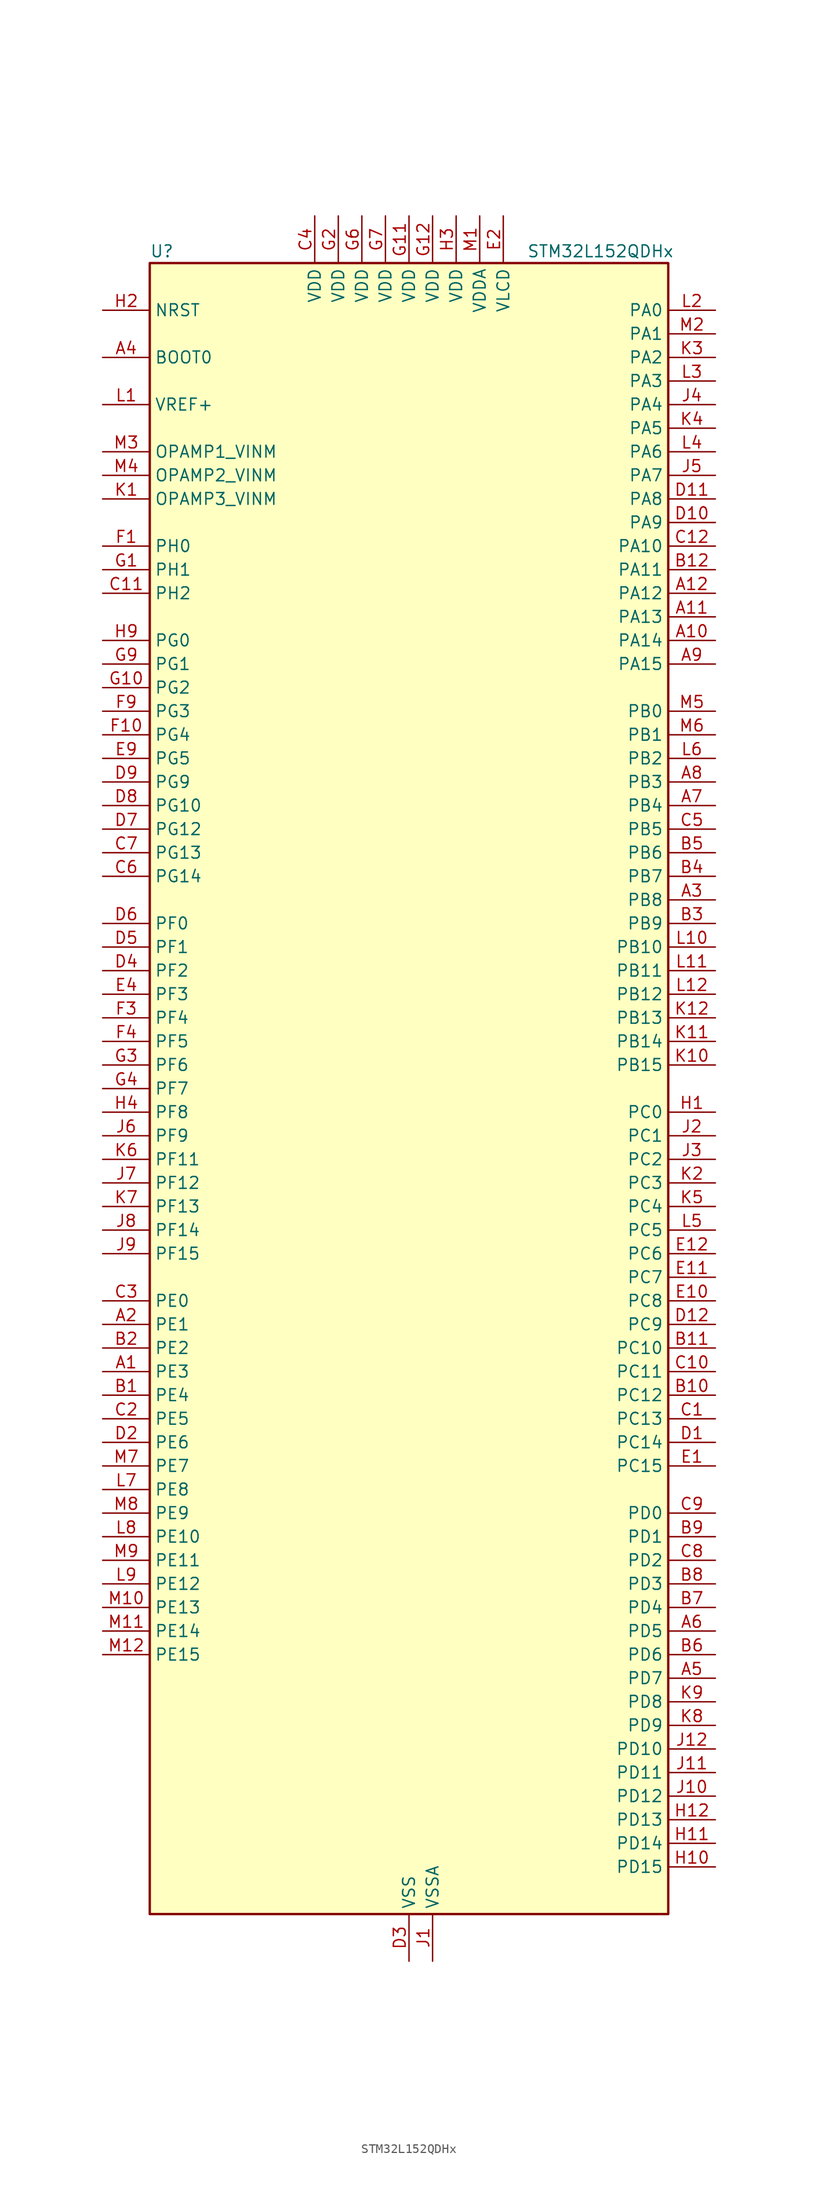
<source format=kicad_sym>
(kicad_symbol_lib
  (version 20241209)
  (generator "kicad_symbol_editor")
  (generator_version "9.0")
  (symbol "STM32L152QDHx"
    (property "Reference" "U"
      (at -27.94 90.17 0)
      (effects (font (size 1.27 1.27)) (justify left)))
    (property "Value" "STM32L152QDHx"
      (at 12.7 90.17 0)
      (effects (font (size 1.27 1.27)) (justify left)))
    (symbol "STM32L152QDHx_0_1"
      (rectangle (start -27.94 -88.9) (end 27.94 88.9) (stroke (width 0.254) (type default)) (fill (type background))))
    (symbol "STM32L152QDHx_1_1"
      (pin input line (at -33.02 83.82 0) (length 5.08) (name "NRST" (effects (font (size 1.27 1.27)))) (number "H2" (effects (font (size 1.27 1.27)))))
      (pin input line (at -33.02 78.74 0) (length 5.08) (name "BOOT0" (effects (font (size 1.27 1.27)))) (number "A4" (effects (font (size 1.27 1.27)))))
      (pin input line (at -33.02 73.66 0) (length 5.08) (name "VREF+" (effects (font (size 1.27 1.27)))) (number "L1" (effects (font (size 1.27 1.27)))))
      (pin input line (at -33.02 68.58 0) (length 5.08) (name "OPAMP1_VINM" (effects (font (size 1.27 1.27)))) (number "M3" (effects (font (size 1.27 1.27)))) (alternate "OPAMP1_VINM" bidirectional line))
      (pin input line (at -33.02 66.04 0) (length 5.08) (name "OPAMP2_VINM" (effects (font (size 1.27 1.27)))) (number "M4" (effects (font (size 1.27 1.27)))) (alternate "OPAMP2_VINM" bidirectional line))
      (pin input line (at -33.02 63.5 0) (length 5.08) (name "OPAMP3_VINM" (effects (font (size 1.27 1.27)))) (number "K1" (effects (font (size 1.27 1.27)))) (alternate "OPAMP3_VINM" bidirectional line))
      (pin bidirectional line (at -33.02 58.42 0) (length 5.08) (name "PH0" (effects (font (size 1.27 1.27)))) (number "F1" (effects (font (size 1.27 1.27)))) (alternate "RCC_OSC_IN" bidirectional line))
      (pin bidirectional line (at -33.02 55.88 0) (length 5.08) (name "PH1" (effects (font (size 1.27 1.27)))) (number "G1" (effects (font (size 1.27 1.27)))) (alternate "RCC_OSC_OUT" bidirectional line))
      (pin bidirectional line (at -33.02 53.34 0) (length 5.08) (name "PH2" (effects (font (size 1.27 1.27)))) (number "C11" (effects (font (size 1.27 1.27)))) (alternate "FSMC_A22" bidirectional line))
      (pin bidirectional line (at -33.02 48.26 0) (length 5.08) (name "PG0" (effects (font (size 1.27 1.27)))) (number "H9" (effects (font (size 1.27 1.27)))) (alternate "ADC_IN8b" bidirectional line) (alternate "FSMC_A10" bidirectional line) (alternate "TS_G2_IO4" bidirectional line))
      (pin bidirectional line (at -33.02 45.72 0) (length 5.08) (name "PG1" (effects (font (size 1.27 1.27)))) (number "G9" (effects (font (size 1.27 1.27)))) (alternate "ADC_IN9b" bidirectional line) (alternate "FSMC_A11" bidirectional line) (alternate "TS_G2_IO5" bidirectional line))
      (pin bidirectional line (at -33.02 43.18 0) (length 5.08) (name "PG2" (effects (font (size 1.27 1.27)))) (number "G10" (effects (font (size 1.27 1.27)))) (alternate "ADC_IN10b" bidirectional line) (alternate "FSMC_A12" bidirectional line) (alternate "TS_G7_IO5" bidirectional line))
      (pin bidirectional line (at -33.02 40.64 0) (length 5.08) (name "PG3" (effects (font (size 1.27 1.27)))) (number "F9" (effects (font (size 1.27 1.27)))) (alternate "ADC_IN11b" bidirectional line) (alternate "FSMC_A13" bidirectional line) (alternate "TS_G7_IO6" bidirectional line))
      (pin bidirectional line (at -33.02 38.1 0) (length 5.08) (name "PG4" (effects (font (size 1.27 1.27)))) (number "F10" (effects (font (size 1.27 1.27)))) (alternate "ADC_IN12b" bidirectional line) (alternate "FSMC_A14" bidirectional line) (alternate "TS_G7_IO7" bidirectional line))
      (pin bidirectional line (at -33.02 35.56 0) (length 5.08) (name "PG5" (effects (font (size 1.27 1.27)))) (number "E9" (effects (font (size 1.27 1.27)))) (alternate "FSMC_A15" bidirectional line))
      (pin bidirectional line (at -33.02 33.02 0) (length 5.08) (name "PG9" (effects (font (size 1.27 1.27)))) (number "D9" (effects (font (size 1.27 1.27)))) (alternate "DAC_EXTI9" bidirectional line) (alternate "FSMC_NE2" bidirectional line))
      (pin bidirectional line (at -33.02 30.48 0) (length 5.08) (name "PG10" (effects (font (size 1.27 1.27)))) (number "D8" (effects (font (size 1.27 1.27)))) (alternate "FSMC_NE3" bidirectional line))
      (pin bidirectional line (at -33.02 27.94 0) (length 5.08) (name "PG12" (effects (font (size 1.27 1.27)))) (number "D7" (effects (font (size 1.27 1.27)))) (alternate "FSMC_NE4" bidirectional line))
      (pin bidirectional line (at -33.02 25.4 0) (length 5.08) (name "PG13" (effects (font (size 1.27 1.27)))) (number "C7" (effects (font (size 1.27 1.27)))) (alternate "FSMC_A24" bidirectional line))
      (pin bidirectional line (at -33.02 22.86 0) (length 5.08) (name "PG14" (effects (font (size 1.27 1.27)))) (number "C6" (effects (font (size 1.27 1.27)))) (alternate "FSMC_A25" bidirectional line))
      (pin bidirectional line (at -33.02 17.78 0) (length 5.08) (name "PF0" (effects (font (size 1.27 1.27)))) (number "D6" (effects (font (size 1.27 1.27)))) (alternate "FSMC_A0" bidirectional line))
      (pin bidirectional line (at -33.02 15.24 0) (length 5.08) (name "PF1" (effects (font (size 1.27 1.27)))) (number "D5" (effects (font (size 1.27 1.27)))) (alternate "FSMC_A1" bidirectional line))
      (pin bidirectional line (at -33.02 12.7 0) (length 5.08) (name "PF2" (effects (font (size 1.27 1.27)))) (number "D4" (effects (font (size 1.27 1.27)))) (alternate "FSMC_A2" bidirectional line))
      (pin bidirectional line (at -33.02 10.16 0) (length 5.08) (name "PF3" (effects (font (size 1.27 1.27)))) (number "E4" (effects (font (size 1.27 1.27)))) (alternate "FSMC_A3" bidirectional line))
      (pin bidirectional line (at -33.02 7.62 0) (length 5.08) (name "PF4" (effects (font (size 1.27 1.27)))) (number "F3" (effects (font (size 1.27 1.27)))) (alternate "FSMC_A4" bidirectional line))
      (pin bidirectional line (at -33.02 5.08 0) (length 5.08) (name "PF5" (effects (font (size 1.27 1.27)))) (number "F4" (effects (font (size 1.27 1.27)))) (alternate "FSMC_A5" bidirectional line))
      (pin bidirectional line (at -33.02 2.54 0) (length 5.08) (name "PF6" (effects (font (size 1.27 1.27)))) (number "G3" (effects (font (size 1.27 1.27)))) (alternate "ADC_IN27" bidirectional line) (alternate "TIM5_CH1" bidirectional line) (alternate "TIM5_ETR" bidirectional line) (alternate "TS_G11_IO1" bidirectional line))
      (pin bidirectional line (at -33.02 0 0) (length 5.08) (name "PF7" (effects (font (size 1.27 1.27)))) (number "G4" (effects (font (size 1.27 1.27)))) (alternate "ADC_IN28" bidirectional line) (alternate "COMP1_INP" bidirectional line) (alternate "TIM5_CH2" bidirectional line) (alternate "TS_G11_IO2" bidirectional line))
      (pin bidirectional line (at -33.02 -2.54 0) (length 5.08) (name "PF8" (effects (font (size 1.27 1.27)))) (number "H4" (effects (font (size 1.27 1.27)))) (alternate "ADC_IN29" bidirectional line) (alternate "COMP1_INP" bidirectional line) (alternate "TIM5_CH3" bidirectional line) (alternate "TS_G11_IO3" bidirectional line))
      (pin bidirectional line (at -33.02 -5.08 0) (length 5.08) (name "PF9" (effects (font (size 1.27 1.27)))) (number "J6" (effects (font (size 1.27 1.27)))) (alternate "ADC_IN30" bidirectional line) (alternate "COMP1_INP" bidirectional line) (alternate "DAC_EXTI9" bidirectional line) (alternate "TIM5_CH4" bidirectional line) (alternate "TS_G11_IO4" bidirectional line))
      (pin bidirectional line (at -33.02 -7.62 0) (length 5.08) (name "PF11" (effects (font (size 1.27 1.27)))) (number "K6" (effects (font (size 1.27 1.27)))) (alternate "ADC_EXTI11" bidirectional line) (alternate "ADC_IN1b" bidirectional line) (alternate "TS_G3_IO4" bidirectional line))
      (pin bidirectional line (at -33.02 -10.16 0) (length 5.08) (name "PF12" (effects (font (size 1.27 1.27)))) (number "J7" (effects (font (size 1.27 1.27)))) (alternate "ADC_IN2b" bidirectional line) (alternate "FSMC_A6" bidirectional line) (alternate "TS_G3_IO5" bidirectional line))
      (pin bidirectional line (at -33.02 -12.7 0) (length 5.08) (name "PF13" (effects (font (size 1.27 1.27)))) (number "K7" (effects (font (size 1.27 1.27)))) (alternate "ADC_IN3b" bidirectional line) (alternate "FSMC_A7" bidirectional line) (alternate "TS_G9_IO3" bidirectional line))
      (pin bidirectional line (at -33.02 -15.24 0) (length 5.08) (name "PF14" (effects (font (size 1.27 1.27)))) (number "J8" (effects (font (size 1.27 1.27)))) (alternate "ADC_IN6b" bidirectional line) (alternate "FSMC_A8" bidirectional line) (alternate "TS_G9_IO4" bidirectional line))
      (pin bidirectional line (at -33.02 -17.78 0) (length 5.08) (name "PF15" (effects (font (size 1.27 1.27)))) (number "J9" (effects (font (size 1.27 1.27)))) (alternate "ADC_EXTI15" bidirectional line) (alternate "ADC_IN7b" bidirectional line) (alternate "FSMC_A9" bidirectional line) (alternate "TS_G2_IO3" bidirectional line))
      (pin bidirectional line (at -33.02 -22.86 0) (length 5.08) (name "PE0" (effects (font (size 1.27 1.27)))) (number "C3" (effects (font (size 1.27 1.27)))) (alternate "FSMC_NBL0" bidirectional line) (alternate "LCD_SEG36" bidirectional line) (alternate "TIM10_CH1" bidirectional line) (alternate "TIM4_ETR" bidirectional line) (alternate "TIMX_IC1" bidirectional line))
      (pin bidirectional line (at -33.02 -25.4 0) (length 5.08) (name "PE1" (effects (font (size 1.27 1.27)))) (number "A2" (effects (font (size 1.27 1.27)))) (alternate "FSMC_NBL1" bidirectional line) (alternate "LCD_SEG37" bidirectional line) (alternate "TIM11_CH1" bidirectional line) (alternate "TIMX_IC2" bidirectional line))
      (pin bidirectional line (at -33.02 -27.94 0) (length 5.08) (name "PE2" (effects (font (size 1.27 1.27)))) (number "B2" (effects (font (size 1.27 1.27)))) (alternate "FSMC_A23" bidirectional line) (alternate "LCD_SEG38" bidirectional line) (alternate "SYS_TRACECK" bidirectional line) (alternate "TIM3_ETR" bidirectional line) (alternate "TIMX_IC3" bidirectional line))
      (pin bidirectional line (at -33.02 -30.48 0) (length 5.08) (name "PE3" (effects (font (size 1.27 1.27)))) (number "A1" (effects (font (size 1.27 1.27)))) (alternate "FSMC_A19" bidirectional line) (alternate "LCD_SEG39" bidirectional line) (alternate "SYS_TRACED0" bidirectional line) (alternate "TIM3_CH1" bidirectional line) (alternate "TIMX_IC4" bidirectional line))
      (pin bidirectional line (at -33.02 -33.02 0) (length 5.08) (name "PE4" (effects (font (size 1.27 1.27)))) (number "B1" (effects (font (size 1.27 1.27)))) (alternate "FSMC_A20" bidirectional line) (alternate "SYS_TRACED1" bidirectional line) (alternate "TIM3_CH2" bidirectional line) (alternate "TIMX_IC1" bidirectional line))
      (pin bidirectional line (at -33.02 -35.56 0) (length 5.08) (name "PE5" (effects (font (size 1.27 1.27)))) (number "C2" (effects (font (size 1.27 1.27)))) (alternate "FSMC_A21" bidirectional line) (alternate "SYS_TRACED2" bidirectional line) (alternate "TIM9_CH1" bidirectional line) (alternate "TIMX_IC2" bidirectional line))
      (pin bidirectional line (at -33.02 -38.1 0) (length 5.08) (name "PE6" (effects (font (size 1.27 1.27)))) (number "D2" (effects (font (size 1.27 1.27)))) (alternate "RTC_TAMP3" bidirectional line) (alternate "SYS_TRACED3" bidirectional line) (alternate "SYS_WKUP3" bidirectional line) (alternate "TIM9_CH2" bidirectional line) (alternate "TIMX_IC3" bidirectional line))
      (pin bidirectional line (at -33.02 -40.64 0) (length 5.08) (name "PE7" (effects (font (size 1.27 1.27)))) (number "M7" (effects (font (size 1.27 1.27)))) (alternate "ADC_IN22" bidirectional line) (alternate "COMP1_INP" bidirectional line) (alternate "FSMC_D4" bidirectional line) (alternate "FSMC_DA4" bidirectional line) (alternate "TIMX_IC4" bidirectional line))
      (pin bidirectional line (at -33.02 -43.18 0) (length 5.08) (name "PE8" (effects (font (size 1.27 1.27)))) (number "L7" (effects (font (size 1.27 1.27)))) (alternate "ADC_IN23" bidirectional line) (alternate "COMP1_INP" bidirectional line) (alternate "FSMC_D5" bidirectional line) (alternate "FSMC_DA5" bidirectional line) (alternate "TIMX_IC1" bidirectional line))
      (pin bidirectional line (at -33.02 -45.72 0) (length 5.08) (name "PE9" (effects (font (size 1.27 1.27)))) (number "M8" (effects (font (size 1.27 1.27)))) (alternate "ADC_IN24" bidirectional line) (alternate "COMP1_INP" bidirectional line) (alternate "DAC_EXTI9" bidirectional line) (alternate "FSMC_D6" bidirectional line) (alternate "FSMC_DA6" bidirectional line) (alternate "TIM2_CH1" bidirectional line) (alternate "TIM2_ETR" bidirectional line) (alternate "TIMX_IC2" bidirectional line))
      (pin bidirectional line (at -33.02 -48.26 0) (length 5.08) (name "PE10" (effects (font (size 1.27 1.27)))) (number "L8" (effects (font (size 1.27 1.27)))) (alternate "ADC_IN25" bidirectional line) (alternate "COMP1_INP" bidirectional line) (alternate "FSMC_D7" bidirectional line) (alternate "FSMC_DA7" bidirectional line) (alternate "TIM2_CH2" bidirectional line) (alternate "TIMX_IC3" bidirectional line))
      (pin bidirectional line (at -33.02 -50.8 0) (length 5.08) (name "PE11" (effects (font (size 1.27 1.27)))) (number "M9" (effects (font (size 1.27 1.27)))) (alternate "ADC_EXTI11" bidirectional line) (alternate "FSMC_D8" bidirectional line) (alternate "FSMC_DA8" bidirectional line) (alternate "TIM2_CH3" bidirectional line) (alternate "TIMX_IC4" bidirectional line))
      (pin bidirectional line (at -33.02 -53.34 0) (length 5.08) (name "PE12" (effects (font (size 1.27 1.27)))) (number "L9" (effects (font (size 1.27 1.27)))) (alternate "FSMC_D9" bidirectional line) (alternate "FSMC_DA9" bidirectional line) (alternate "SPI1_NSS" bidirectional line) (alternate "TIM2_CH4" bidirectional line) (alternate "TIMX_IC1" bidirectional line))
      (pin bidirectional line (at -33.02 -55.88 0) (length 5.08) (name "PE13" (effects (font (size 1.27 1.27)))) (number "M10" (effects (font (size 1.27 1.27)))) (alternate "FSMC_D10" bidirectional line) (alternate "FSMC_DA10" bidirectional line) (alternate "SPI1_SCK" bidirectional line) (alternate "TIMX_IC2" bidirectional line))
      (pin bidirectional line (at -33.02 -58.42 0) (length 5.08) (name "PE14" (effects (font (size 1.27 1.27)))) (number "M11" (effects (font (size 1.27 1.27)))) (alternate "FSMC_D11" bidirectional line) (alternate "FSMC_DA11" bidirectional line) (alternate "SPI1_MISO" bidirectional line) (alternate "TIMX_IC3" bidirectional line))
      (pin bidirectional line (at -33.02 -60.96 0) (length 5.08) (name "PE15" (effects (font (size 1.27 1.27)))) (number "M12" (effects (font (size 1.27 1.27)))) (alternate "ADC_EXTI15" bidirectional line) (alternate "FSMC_D12" bidirectional line) (alternate "FSMC_DA12" bidirectional line) (alternate "SPI1_MOSI" bidirectional line) (alternate "TIMX_IC4" bidirectional line))
      (pin power_in line (at -10.16 93.98 270) (length 5.08) (name "VDD" (effects (font (size 1.27 1.27)))) (number "C4" (effects (font (size 1.27 1.27)))))
      (pin power_in line (at -7.62 93.98 270) (length 5.08) (name "VDD" (effects (font (size 1.27 1.27)))) (number "G2" (effects (font (size 1.27 1.27)))))
      (pin power_in line (at -5.08 93.98 270) (length 5.08) (name "VDD" (effects (font (size 1.27 1.27)))) (number "G6" (effects (font (size 1.27 1.27)))))
      (pin power_in line (at -2.54 93.98 270) (length 5.08) (name "VDD" (effects (font (size 1.27 1.27)))) (number "G7" (effects (font (size 1.27 1.27)))))
      (pin power_in line (at 0 93.98 270) (length 5.08) (name "VDD" (effects (font (size 1.27 1.27)))) (number "G11" (effects (font (size 1.27 1.27)))))
      (pin power_in line (at 0 -93.98 90) (length 5.08) (name "VSS" (effects (font (size 1.27 1.27)))) (number "D3" (effects (font (size 1.27 1.27)))))
      (pin passive line (at 0 -93.98 90) (length 5.08) (hide yes) (name "VSS" (effects (font (size 1.27 1.27)))) (number "E3" (effects (font (size 1.27 1.27)))))
      (pin passive line (at 0 -93.98 90) (length 5.08) (hide yes) (name "VSS" (effects (font (size 1.27 1.27)))) (number "F11" (effects (font (size 1.27 1.27)))))
      (pin passive line (at 0 -93.98 90) (length 5.08) (hide yes) (name "VSS" (effects (font (size 1.27 1.27)))) (number "F12" (effects (font (size 1.27 1.27)))))
      (pin passive line (at 0 -93.98 90) (length 5.08) (hide yes) (name "VSS" (effects (font (size 1.27 1.27)))) (number "F2" (effects (font (size 1.27 1.27)))))
      (pin passive line (at 0 -93.98 90) (length 5.08) (hide yes) (name "VSS" (effects (font (size 1.27 1.27)))) (number "F6" (effects (font (size 1.27 1.27)))))
      (pin passive line (at 0 -93.98 90) (length 5.08) (hide yes) (name "VSS" (effects (font (size 1.27 1.27)))) (number "F7" (effects (font (size 1.27 1.27)))))
      (pin power_in line (at 2.54 93.98 270) (length 5.08) (name "VDD" (effects (font (size 1.27 1.27)))) (number "G12" (effects (font (size 1.27 1.27)))))
      (pin power_in line (at 2.54 -93.98 90) (length 5.08) (name "VSSA" (effects (font (size 1.27 1.27)))) (number "J1" (effects (font (size 1.27 1.27)))))
      (pin power_in line (at 5.08 93.98 270) (length 5.08) (name "VDD" (effects (font (size 1.27 1.27)))) (number "H3" (effects (font (size 1.27 1.27)))))
      (pin power_in line (at 7.62 93.98 270) (length 5.08) (name "VDDA" (effects (font (size 1.27 1.27)))) (number "M1" (effects (font (size 1.27 1.27)))))
      (pin power_in line (at 10.16 93.98 270) (length 5.08) (name "VLCD" (effects (font (size 1.27 1.27)))) (number "E2" (effects (font (size 1.27 1.27)))))
      (pin bidirectional line (at 33.02 83.82 180) (length 5.08) (name "PA0" (effects (font (size 1.27 1.27)))) (number "L2" (effects (font (size 1.27 1.27)))) (alternate "ADC_IN0" bidirectional line) (alternate "COMP1_INP" bidirectional line) (alternate "RTC_TAMP2" bidirectional line) (alternate "SYS_WKUP1" bidirectional line) (alternate "TIM2_CH1" bidirectional line) (alternate "TIM2_ETR" bidirectional line) (alternate "TIM5_CH1" bidirectional line) (alternate "TIMX_IC1" bidirectional line) (alternate "TS_G1_IO1" bidirectional line) (alternate "USART2_CTS" bidirectional line))
      (pin bidirectional line (at 33.02 81.28 180) (length 5.08) (name "PA1" (effects (font (size 1.27 1.27)))) (number "M2" (effects (font (size 1.27 1.27)))) (alternate "ADC_IN1" bidirectional line) (alternate "COMP1_INP" bidirectional line) (alternate "LCD_SEG0" bidirectional line) (alternate "OPAMP1_VINP" bidirectional line) (alternate "TIM2_CH2" bidirectional line) (alternate "TIM5_CH2" bidirectional line) (alternate "TIMX_IC2" bidirectional line) (alternate "TS_G1_IO2" bidirectional line) (alternate "USART2_RTS" bidirectional line))
      (pin bidirectional line (at 33.02 78.74 180) (length 5.08) (name "PA2" (effects (font (size 1.27 1.27)))) (number "K3" (effects (font (size 1.27 1.27)))) (alternate "ADC_IN2" bidirectional line) (alternate "COMP1_INP" bidirectional line) (alternate "LCD_SEG1" bidirectional line) (alternate "TIM2_CH3" bidirectional line) (alternate "TIM5_CH3" bidirectional line) (alternate "TIM9_CH1" bidirectional line) (alternate "TIMX_IC3" bidirectional line) (alternate "TS_G1_IO3" bidirectional line) (alternate "USART2_TX" bidirectional line))
      (pin bidirectional line (at 33.02 76.2 180) (length 5.08) (name "PA3" (effects (font (size 1.27 1.27)))) (number "L3" (effects (font (size 1.27 1.27)))) (alternate "ADC_IN3" bidirectional line) (alternate "COMP1_INP" bidirectional line) (alternate "LCD_SEG2" bidirectional line) (alternate "OPAMP1_VOUT" bidirectional line) (alternate "TIM2_CH4" bidirectional line) (alternate "TIM5_CH4" bidirectional line) (alternate "TIM9_CH2" bidirectional line) (alternate "TIMX_IC4" bidirectional line) (alternate "TS_G1_IO4" bidirectional line) (alternate "USART2_RX" bidirectional line))
      (pin bidirectional line (at 33.02 73.66 180) (length 5.08) (name "PA4" (effects (font (size 1.27 1.27)))) (number "J4" (effects (font (size 1.27 1.27)))) (alternate "ADC_IN4" bidirectional line) (alternate "COMP1_INP" bidirectional line) (alternate "DAC_OUT1" bidirectional line) (alternate "I2S3_WS" bidirectional line) (alternate "SPI1_NSS" bidirectional line) (alternate "SPI3_NSS" bidirectional line) (alternate "TIMX_IC1" bidirectional line) (alternate "USART2_CK" bidirectional line))
      (pin bidirectional line (at 33.02 71.12 180) (length 5.08) (name "PA5" (effects (font (size 1.27 1.27)))) (number "K4" (effects (font (size 1.27 1.27)))) (alternate "ADC_IN5" bidirectional line) (alternate "COMP1_INP" bidirectional line) (alternate "DAC_OUT2" bidirectional line) (alternate "SPI1_SCK" bidirectional line) (alternate "TIM2_CH1" bidirectional line) (alternate "TIM2_ETR" bidirectional line) (alternate "TIMX_IC2" bidirectional line))
      (pin bidirectional line (at 33.02 68.58 180) (length 5.08) (name "PA6" (effects (font (size 1.27 1.27)))) (number "L4" (effects (font (size 1.27 1.27)))) (alternate "ADC_IN6" bidirectional line) (alternate "COMP1_INP" bidirectional line) (alternate "LCD_SEG3" bidirectional line) (alternate "OPAMP2_VINP" bidirectional line) (alternate "SPI1_MISO" bidirectional line) (alternate "TIM10_CH1" bidirectional line) (alternate "TIM3_CH1" bidirectional line) (alternate "TIMX_IC3" bidirectional line) (alternate "TS_G2_IO1" bidirectional line))
      (pin bidirectional line (at 33.02 66.04 180) (length 5.08) (name "PA7" (effects (font (size 1.27 1.27)))) (number "J5" (effects (font (size 1.27 1.27)))) (alternate "ADC_IN7" bidirectional line) (alternate "COMP1_INP" bidirectional line) (alternate "LCD_SEG4" bidirectional line) (alternate "SPI1_MOSI" bidirectional line) (alternate "TIM11_CH1" bidirectional line) (alternate "TIM3_CH2" bidirectional line) (alternate "TIMX_IC4" bidirectional line) (alternate "TS_G2_IO2" bidirectional line))
      (pin bidirectional line (at 33.02 63.5 180) (length 5.08) (name "PA8" (effects (font (size 1.27 1.27)))) (number "D11" (effects (font (size 1.27 1.27)))) (alternate "LCD_COM0" bidirectional line) (alternate "RCC_MCO" bidirectional line) (alternate "TIMX_IC1" bidirectional line) (alternate "TS_G4_IO1" bidirectional line) (alternate "USART1_CK" bidirectional line))
      (pin bidirectional line (at 33.02 60.96 180) (length 5.08) (name "PA9" (effects (font (size 1.27 1.27)))) (number "D10" (effects (font (size 1.27 1.27)))) (alternate "DAC_EXTI9" bidirectional line) (alternate "LCD_COM1" bidirectional line) (alternate "TIMX_IC2" bidirectional line) (alternate "TS_G4_IO2" bidirectional line) (alternate "USART1_TX" bidirectional line))
      (pin bidirectional line (at 33.02 58.42 180) (length 5.08) (name "PA10" (effects (font (size 1.27 1.27)))) (number "C12" (effects (font (size 1.27 1.27)))) (alternate "LCD_COM2" bidirectional line) (alternate "TIMX_IC3" bidirectional line) (alternate "TS_G4_IO3" bidirectional line) (alternate "USART1_RX" bidirectional line))
      (pin bidirectional line (at 33.02 55.88 180) (length 5.08) (name "PA11" (effects (font (size 1.27 1.27)))) (number "B12" (effects (font (size 1.27 1.27)))) (alternate "ADC_EXTI11" bidirectional line) (alternate "SPI1_MISO" bidirectional line) (alternate "TIMX_IC4" bidirectional line) (alternate "USART1_CTS" bidirectional line) (alternate "USB_DM" bidirectional line))
      (pin bidirectional line (at 33.02 53.34 180) (length 5.08) (name "PA12" (effects (font (size 1.27 1.27)))) (number "A12" (effects (font (size 1.27 1.27)))) (alternate "SPI1_MOSI" bidirectional line) (alternate "TIMX_IC1" bidirectional line) (alternate "USART1_RTS" bidirectional line) (alternate "USB_DP" bidirectional line))
      (pin bidirectional line (at 33.02 50.8 180) (length 5.08) (name "PA13" (effects (font (size 1.27 1.27)))) (number "A11" (effects (font (size 1.27 1.27)))) (alternate "SYS_JTMS-SWDIO" bidirectional line) (alternate "TIMX_IC2" bidirectional line) (alternate "TS_G5_IO1" bidirectional line))
      (pin bidirectional line (at 33.02 48.26 180) (length 5.08) (name "PA14" (effects (font (size 1.27 1.27)))) (number "A10" (effects (font (size 1.27 1.27)))) (alternate "SYS_JTCK-SWCLK" bidirectional line) (alternate "TIMX_IC3" bidirectional line) (alternate "TS_G5_IO2" bidirectional line))
      (pin bidirectional line (at 33.02 45.72 180) (length 5.08) (name "PA15" (effects (font (size 1.27 1.27)))) (number "A9" (effects (font (size 1.27 1.27)))) (alternate "ADC_EXTI15" bidirectional line) (alternate "I2S3_WS" bidirectional line) (alternate "LCD_SEG17" bidirectional line) (alternate "SPI1_NSS" bidirectional line) (alternate "SPI3_NSS" bidirectional line) (alternate "SYS_JTDI" bidirectional line) (alternate "TIM2_CH1" bidirectional line) (alternate "TIM2_ETR" bidirectional line) (alternate "TIMX_IC4" bidirectional line) (alternate "TS_G5_IO3" bidirectional line))
      (pin bidirectional line (at 33.02 40.64 180) (length 5.08) (name "PB0" (effects (font (size 1.27 1.27)))) (number "M5" (effects (font (size 1.27 1.27)))) (alternate "ADC_IN8" bidirectional line) (alternate "COMP1_INP" bidirectional line) (alternate "LCD_SEG5" bidirectional line) (alternate "OPAMP2_VOUT" bidirectional line) (alternate "SYS_V_REF_OUT" bidirectional line) (alternate "TIM3_CH3" bidirectional line) (alternate "TS_G3_IO1" bidirectional line))
      (pin bidirectional line (at 33.02 38.1 180) (length 5.08) (name "PB1" (effects (font (size 1.27 1.27)))) (number "M6" (effects (font (size 1.27 1.27)))) (alternate "ADC_IN9" bidirectional line) (alternate "COMP1_INP" bidirectional line) (alternate "LCD_SEG6" bidirectional line) (alternate "SYS_V_REF_OUT" bidirectional line) (alternate "TIM3_CH4" bidirectional line) (alternate "TS_G3_IO2" bidirectional line))
      (pin bidirectional line (at 33.02 35.56 180) (length 5.08) (name "PB2" (effects (font (size 1.27 1.27)))) (number "L6" (effects (font (size 1.27 1.27)))) (alternate "ADC_IN0b" bidirectional line) (alternate "TS_G3_IO3" bidirectional line))
      (pin bidirectional line (at 33.02 33.02 180) (length 5.08) (name "PB3" (effects (font (size 1.27 1.27)))) (number "A8" (effects (font (size 1.27 1.27)))) (alternate "COMP2_INM" bidirectional line) (alternate "I2S3_CK" bidirectional line) (alternate "LCD_SEG7" bidirectional line) (alternate "SPI1_SCK" bidirectional line) (alternate "SPI3_SCK" bidirectional line) (alternate "SYS_JTDO-TRACESWO" bidirectional line) (alternate "TIM2_CH2" bidirectional line))
      (pin bidirectional line (at 33.02 30.48 180) (length 5.08) (name "PB4" (effects (font (size 1.27 1.27)))) (number "A7" (effects (font (size 1.27 1.27)))) (alternate "COMP2_INP" bidirectional line) (alternate "LCD_SEG8" bidirectional line) (alternate "SPI1_MISO" bidirectional line) (alternate "SPI3_MISO" bidirectional line) (alternate "SYS_JTRST" bidirectional line) (alternate "TIM3_CH1" bidirectional line) (alternate "TS_G6_IO1" bidirectional line))
      (pin bidirectional line (at 33.02 27.94 180) (length 5.08) (name "PB5" (effects (font (size 1.27 1.27)))) (number "C5" (effects (font (size 1.27 1.27)))) (alternate "COMP2_INP" bidirectional line) (alternate "I2C1_SMBA" bidirectional line) (alternate "I2S3_SD" bidirectional line) (alternate "LCD_SEG9" bidirectional line) (alternate "SPI1_MOSI" bidirectional line) (alternate "SPI3_MOSI" bidirectional line) (alternate "TIM3_CH2" bidirectional line) (alternate "TS_G6_IO2" bidirectional line))
      (pin bidirectional line (at 33.02 25.4 180) (length 5.08) (name "PB6" (effects (font (size 1.27 1.27)))) (number "B5" (effects (font (size 1.27 1.27)))) (alternate "COMP2_INP" bidirectional line) (alternate "I2C1_SCL" bidirectional line) (alternate "TIM4_CH1" bidirectional line) (alternate "TS_G6_IO3" bidirectional line) (alternate "USART1_TX" bidirectional line))
      (pin bidirectional line (at 33.02 22.86 180) (length 5.08) (name "PB7" (effects (font (size 1.27 1.27)))) (number "B4" (effects (font (size 1.27 1.27)))) (alternate "COMP2_INP" bidirectional line) (alternate "FSMC_NL" bidirectional line) (alternate "I2C1_SDA" bidirectional line) (alternate "SYS_PVD_IN" bidirectional line) (alternate "TIM4_CH2" bidirectional line) (alternate "TS_G6_IO4" bidirectional line) (alternate "USART1_RX" bidirectional line))
      (pin bidirectional line (at 33.02 20.32 180) (length 5.08) (name "PB8" (effects (font (size 1.27 1.27)))) (number "A3" (effects (font (size 1.27 1.27)))) (alternate "I2C1_SCL" bidirectional line) (alternate "LCD_SEG16" bidirectional line) (alternate "SDIO_D4" bidirectional line) (alternate "TIM10_CH1" bidirectional line) (alternate "TIM4_CH3" bidirectional line))
      (pin bidirectional line (at 33.02 17.78 180) (length 5.08) (name "PB9" (effects (font (size 1.27 1.27)))) (number "B3" (effects (font (size 1.27 1.27)))) (alternate "DAC_EXTI9" bidirectional line) (alternate "I2C1_SDA" bidirectional line) (alternate "LCD_COM3" bidirectional line) (alternate "SDIO_D5" bidirectional line) (alternate "TIM11_CH1" bidirectional line) (alternate "TIM4_CH4" bidirectional line))
      (pin bidirectional line (at 33.02 15.24 180) (length 5.08) (name "PB10" (effects (font (size 1.27 1.27)))) (number "L10" (effects (font (size 1.27 1.27)))) (alternate "I2C2_SCL" bidirectional line) (alternate "LCD_SEG10" bidirectional line) (alternate "TIM2_CH3" bidirectional line) (alternate "USART3_TX" bidirectional line))
      (pin bidirectional line (at 33.02 12.7 180) (length 5.08) (name "PB11" (effects (font (size 1.27 1.27)))) (number "L11" (effects (font (size 1.27 1.27)))) (alternate "ADC_EXTI11" bidirectional line) (alternate "I2C2_SDA" bidirectional line) (alternate "LCD_SEG11" bidirectional line) (alternate "TIM2_CH4" bidirectional line) (alternate "USART3_RX" bidirectional line))
      (pin bidirectional line (at 33.02 10.16 180) (length 5.08) (name "PB12" (effects (font (size 1.27 1.27)))) (number "L12" (effects (font (size 1.27 1.27)))) (alternate "ADC_IN18" bidirectional line) (alternate "COMP1_INP" bidirectional line) (alternate "I2C2_SMBA" bidirectional line) (alternate "I2S2_WS" bidirectional line) (alternate "LCD_SEG12" bidirectional line) (alternate "SPI2_NSS" bidirectional line) (alternate "TIM10_CH1" bidirectional line) (alternate "TS_G7_IO1" bidirectional line) (alternate "USART3_CK" bidirectional line))
      (pin bidirectional line (at 33.02 7.62 180) (length 5.08) (name "PB13" (effects (font (size 1.27 1.27)))) (number "K12" (effects (font (size 1.27 1.27)))) (alternate "ADC_IN19" bidirectional line) (alternate "COMP1_INP" bidirectional line) (alternate "I2S2_CK" bidirectional line) (alternate "LCD_SEG13" bidirectional line) (alternate "SPI2_SCK" bidirectional line) (alternate "TIM9_CH1" bidirectional line) (alternate "TS_G7_IO2" bidirectional line) (alternate "USART3_CTS" bidirectional line))
      (pin bidirectional line (at 33.02 5.08 180) (length 5.08) (name "PB14" (effects (font (size 1.27 1.27)))) (number "K11" (effects (font (size 1.27 1.27)))) (alternate "ADC_IN20" bidirectional line) (alternate "COMP1_INP" bidirectional line) (alternate "LCD_SEG14" bidirectional line) (alternate "SPI2_MISO" bidirectional line) (alternate "TIM9_CH2" bidirectional line) (alternate "TS_G7_IO3" bidirectional line) (alternate "USART3_RTS" bidirectional line))
      (pin bidirectional line (at 33.02 2.54 180) (length 5.08) (name "PB15" (effects (font (size 1.27 1.27)))) (number "K10" (effects (font (size 1.27 1.27)))) (alternate "ADC_EXTI15" bidirectional line) (alternate "ADC_IN21" bidirectional line) (alternate "COMP1_INP" bidirectional line) (alternate "I2S2_SD" bidirectional line) (alternate "LCD_SEG15" bidirectional line) (alternate "RTC_REFIN" bidirectional line) (alternate "SPI2_MOSI" bidirectional line) (alternate "TIM11_CH1" bidirectional line) (alternate "TS_G7_IO4" bidirectional line))
      (pin bidirectional line (at 33.02 -2.54 180) (length 5.08) (name "PC0" (effects (font (size 1.27 1.27)))) (number "H1" (effects (font (size 1.27 1.27)))) (alternate "ADC_IN10" bidirectional line) (alternate "COMP1_INP" bidirectional line) (alternate "LCD_SEG18" bidirectional line) (alternate "TIMX_IC1" bidirectional line) (alternate "TS_G8_IO1" bidirectional line))
      (pin bidirectional line (at 33.02 -5.08 180) (length 5.08) (name "PC1" (effects (font (size 1.27 1.27)))) (number "J2" (effects (font (size 1.27 1.27)))) (alternate "ADC_IN11" bidirectional line) (alternate "COMP1_INP" bidirectional line) (alternate "LCD_SEG19" bidirectional line) (alternate "OPAMP3_VINP" bidirectional line) (alternate "TIMX_IC2" bidirectional line) (alternate "TS_G8_IO2" bidirectional line))
      (pin bidirectional line (at 33.02 -7.62 180) (length 5.08) (name "PC2" (effects (font (size 1.27 1.27)))) (number "J3" (effects (font (size 1.27 1.27)))) (alternate "ADC_IN12" bidirectional line) (alternate "COMP1_INP" bidirectional line) (alternate "LCD_SEG20" bidirectional line) (alternate "TIMX_IC3" bidirectional line) (alternate "TS_G8_IO3" bidirectional line))
      (pin bidirectional line (at 33.02 -10.16 180) (length 5.08) (name "PC3" (effects (font (size 1.27 1.27)))) (number "K2" (effects (font (size 1.27 1.27)))) (alternate "ADC_IN13" bidirectional line) (alternate "COMP1_INP" bidirectional line) (alternate "LCD_SEG21" bidirectional line) (alternate "OPAMP3_VOUT" bidirectional line) (alternate "TIMX_IC4" bidirectional line) (alternate "TS_G8_IO4" bidirectional line))
      (pin bidirectional line (at 33.02 -12.7 180) (length 5.08) (name "PC4" (effects (font (size 1.27 1.27)))) (number "K5" (effects (font (size 1.27 1.27)))) (alternate "ADC_IN14" bidirectional line) (alternate "COMP1_INP" bidirectional line) (alternate "LCD_SEG22" bidirectional line) (alternate "TIMX_IC1" bidirectional line) (alternate "TS_G9_IO1" bidirectional line))
      (pin bidirectional line (at 33.02 -15.24 180) (length 5.08) (name "PC5" (effects (font (size 1.27 1.27)))) (number "L5" (effects (font (size 1.27 1.27)))) (alternate "ADC_IN15" bidirectional line) (alternate "COMP1_INP" bidirectional line) (alternate "LCD_SEG23" bidirectional line) (alternate "TIMX_IC2" bidirectional line) (alternate "TS_G9_IO2" bidirectional line))
      (pin bidirectional line (at 33.02 -17.78 180) (length 5.08) (name "PC6" (effects (font (size 1.27 1.27)))) (number "E12" (effects (font (size 1.27 1.27)))) (alternate "I2S2_MCK" bidirectional line) (alternate "LCD_SEG24" bidirectional line) (alternate "SDIO_D6" bidirectional line) (alternate "TIM3_CH1" bidirectional line) (alternate "TIMX_IC3" bidirectional line) (alternate "TS_G10_IO1" bidirectional line))
      (pin bidirectional line (at 33.02 -20.32 180) (length 5.08) (name "PC7" (effects (font (size 1.27 1.27)))) (number "E11" (effects (font (size 1.27 1.27)))) (alternate "I2S3_MCK" bidirectional line) (alternate "LCD_SEG25" bidirectional line) (alternate "SDIO_D7" bidirectional line) (alternate "TIM3_CH2" bidirectional line) (alternate "TIMX_IC4" bidirectional line) (alternate "TS_G10_IO2" bidirectional line))
      (pin bidirectional line (at 33.02 -22.86 180) (length 5.08) (name "PC8" (effects (font (size 1.27 1.27)))) (number "E10" (effects (font (size 1.27 1.27)))) (alternate "LCD_SEG26" bidirectional line) (alternate "SDIO_D0" bidirectional line) (alternate "TIM3_CH3" bidirectional line) (alternate "TIMX_IC1" bidirectional line) (alternate "TS_G10_IO3" bidirectional line))
      (pin bidirectional line (at 33.02 -25.4 180) (length 5.08) (name "PC9" (effects (font (size 1.27 1.27)))) (number "D12" (effects (font (size 1.27 1.27)))) (alternate "DAC_EXTI9" bidirectional line) (alternate "LCD_SEG27" bidirectional line) (alternate "SDIO_D1" bidirectional line) (alternate "TIM3_CH4" bidirectional line) (alternate "TIMX_IC2" bidirectional line) (alternate "TS_G10_IO4" bidirectional line))
      (pin bidirectional line (at 33.02 -27.94 180) (length 5.08) (name "PC10" (effects (font (size 1.27 1.27)))) (number "B11" (effects (font (size 1.27 1.27)))) (alternate "I2S3_CK" bidirectional line) (alternate "LCD_COM4" bidirectional line) (alternate "LCD_SEG28" bidirectional line) (alternate "LCD_SEG40" bidirectional line) (alternate "SDIO_D2" bidirectional line) (alternate "SPI3_SCK" bidirectional line) (alternate "TIMX_IC3" bidirectional line) (alternate "UART4_TX" bidirectional line) (alternate "USART3_TX" bidirectional line))
      (pin bidirectional line (at 33.02 -30.48 180) (length 5.08) (name "PC11" (effects (font (size 1.27 1.27)))) (number "C10" (effects (font (size 1.27 1.27)))) (alternate "ADC_EXTI11" bidirectional line) (alternate "LCD_COM5" bidirectional line) (alternate "LCD_SEG29" bidirectional line) (alternate "LCD_SEG41" bidirectional line) (alternate "SDIO_D3" bidirectional line) (alternate "SPI3_MISO" bidirectional line) (alternate "TIMX_IC4" bidirectional line) (alternate "UART4_RX" bidirectional line) (alternate "USART3_RX" bidirectional line))
      (pin bidirectional line (at 33.02 -33.02 180) (length 5.08) (name "PC12" (effects (font (size 1.27 1.27)))) (number "B10" (effects (font (size 1.27 1.27)))) (alternate "I2S3_SD" bidirectional line) (alternate "LCD_COM6" bidirectional line) (alternate "LCD_SEG30" bidirectional line) (alternate "LCD_SEG42" bidirectional line) (alternate "SDIO_CK" bidirectional line) (alternate "SPI3_MOSI" bidirectional line) (alternate "TIMX_IC1" bidirectional line) (alternate "UART5_TX" bidirectional line) (alternate "USART3_CK" bidirectional line))
      (pin bidirectional line (at 33.02 -35.56 180) (length 5.08) (name "PC13" (effects (font (size 1.27 1.27)))) (number "C1" (effects (font (size 1.27 1.27)))) (alternate "RTC_OUT_ALARM" bidirectional line) (alternate "RTC_OUT_CALIB" bidirectional line) (alternate "RTC_TAMP1" bidirectional line) (alternate "RTC_TS" bidirectional line) (alternate "SYS_WKUP2" bidirectional line) (alternate "TIMX_IC2" bidirectional line))
      (pin bidirectional line (at 33.02 -38.1 180) (length 5.08) (name "PC14" (effects (font (size 1.27 1.27)))) (number "D1" (effects (font (size 1.27 1.27)))) (alternate "RCC_OSC32_IN" bidirectional line) (alternate "TIMX_IC3" bidirectional line))
      (pin bidirectional line (at 33.02 -40.64 180) (length 5.08) (name "PC15" (effects (font (size 1.27 1.27)))) (number "E1" (effects (font (size 1.27 1.27)))) (alternate "ADC_EXTI15" bidirectional line) (alternate "RCC_OSC32_OUT" bidirectional line) (alternate "TIMX_IC4" bidirectional line))
      (pin bidirectional line (at 33.02 -45.72 180) (length 5.08) (name "PD0" (effects (font (size 1.27 1.27)))) (number "C9" (effects (font (size 1.27 1.27)))) (alternate "FSMC_D2" bidirectional line) (alternate "FSMC_DA2" bidirectional line) (alternate "I2S2_WS" bidirectional line) (alternate "SPI2_NSS" bidirectional line) (alternate "TIM9_CH1" bidirectional line) (alternate "TIMX_IC1" bidirectional line))
      (pin bidirectional line (at 33.02 -48.26 180) (length 5.08) (name "PD1" (effects (font (size 1.27 1.27)))) (number "B9" (effects (font (size 1.27 1.27)))) (alternate "FSMC_D3" bidirectional line) (alternate "FSMC_DA3" bidirectional line) (alternate "I2S2_CK" bidirectional line) (alternate "SPI2_SCK" bidirectional line) (alternate "TIMX_IC2" bidirectional line))
      (pin bidirectional line (at 33.02 -50.8 180) (length 5.08) (name "PD2" (effects (font (size 1.27 1.27)))) (number "C8" (effects (font (size 1.27 1.27)))) (alternate "LCD_COM7" bidirectional line) (alternate "LCD_SEG31" bidirectional line) (alternate "LCD_SEG43" bidirectional line) (alternate "SDIO_CMD" bidirectional line) (alternate "TIM3_ETR" bidirectional line) (alternate "TIMX_IC3" bidirectional line) (alternate "UART5_RX" bidirectional line))
      (pin bidirectional line (at 33.02 -53.34 180) (length 5.08) (name "PD3" (effects (font (size 1.27 1.27)))) (number "B8" (effects (font (size 1.27 1.27)))) (alternate "FSMC_CLK" bidirectional line) (alternate "SPI2_MISO" bidirectional line) (alternate "TIMX_IC4" bidirectional line) (alternate "USART2_CTS" bidirectional line))
      (pin bidirectional line (at 33.02 -55.88 180) (length 5.08) (name "PD4" (effects (font (size 1.27 1.27)))) (number "B7" (effects (font (size 1.27 1.27)))) (alternate "FSMC_NOE" bidirectional line) (alternate "I2S2_SD" bidirectional line) (alternate "SPI2_MOSI" bidirectional line) (alternate "TIMX_IC1" bidirectional line) (alternate "USART2_RTS" bidirectional line))
      (pin bidirectional line (at 33.02 -58.42 180) (length 5.08) (name "PD5" (effects (font (size 1.27 1.27)))) (number "A6" (effects (font (size 1.27 1.27)))) (alternate "FSMC_NWE" bidirectional line) (alternate "TIMX_IC2" bidirectional line) (alternate "USART2_TX" bidirectional line))
      (pin bidirectional line (at 33.02 -60.96 180) (length 5.08) (name "PD6" (effects (font (size 1.27 1.27)))) (number "B6" (effects (font (size 1.27 1.27)))) (alternate "FSMC_NWAIT" bidirectional line) (alternate "TIMX_IC3" bidirectional line) (alternate "USART2_RX" bidirectional line))
      (pin bidirectional line (at 33.02 -63.5 180) (length 5.08) (name "PD7" (effects (font (size 1.27 1.27)))) (number "A5" (effects (font (size 1.27 1.27)))) (alternate "FSMC_NE1" bidirectional line) (alternate "TIM9_CH2" bidirectional line) (alternate "TIMX_IC4" bidirectional line) (alternate "USART2_CK" bidirectional line))
      (pin bidirectional line (at 33.02 -66.04 180) (length 5.08) (name "PD8" (effects (font (size 1.27 1.27)))) (number "K9" (effects (font (size 1.27 1.27)))) (alternate "FSMC_D13" bidirectional line) (alternate "FSMC_DA13" bidirectional line) (alternate "LCD_SEG28" bidirectional line) (alternate "TIMX_IC1" bidirectional line) (alternate "USART3_TX" bidirectional line))
      (pin bidirectional line (at 33.02 -68.58 180) (length 5.08) (name "PD9" (effects (font (size 1.27 1.27)))) (number "K8" (effects (font (size 1.27 1.27)))) (alternate "DAC_EXTI9" bidirectional line) (alternate "FSMC_D14" bidirectional line) (alternate "FSMC_DA14" bidirectional line) (alternate "LCD_SEG29" bidirectional line) (alternate "TIMX_IC2" bidirectional line) (alternate "USART3_RX" bidirectional line))
      (pin bidirectional line (at 33.02 -71.12 180) (length 5.08) (name "PD10" (effects (font (size 1.27 1.27)))) (number "J12" (effects (font (size 1.27 1.27)))) (alternate "FSMC_D15" bidirectional line) (alternate "FSMC_DA15" bidirectional line) (alternate "LCD_SEG30" bidirectional line) (alternate "TIMX_IC3" bidirectional line) (alternate "USART3_CK" bidirectional line))
      (pin bidirectional line (at 33.02 -73.66 180) (length 5.08) (name "PD11" (effects (font (size 1.27 1.27)))) (number "J11" (effects (font (size 1.27 1.27)))) (alternate "ADC_EXTI11" bidirectional line) (alternate "FSMC_A16" bidirectional line) (alternate "LCD_SEG31" bidirectional line) (alternate "TIMX_IC4" bidirectional line) (alternate "USART3_CTS" bidirectional line))
      (pin bidirectional line (at 33.02 -76.2 180) (length 5.08) (name "PD12" (effects (font (size 1.27 1.27)))) (number "J10" (effects (font (size 1.27 1.27)))) (alternate "FSMC_A17" bidirectional line) (alternate "LCD_SEG32" bidirectional line) (alternate "TIM4_CH1" bidirectional line) (alternate "TIMX_IC1" bidirectional line) (alternate "USART3_RTS" bidirectional line))
      (pin bidirectional line (at 33.02 -78.74 180) (length 5.08) (name "PD13" (effects (font (size 1.27 1.27)))) (number "H12" (effects (font (size 1.27 1.27)))) (alternate "FSMC_A18" bidirectional line) (alternate "LCD_SEG33" bidirectional line) (alternate "TIM4_CH2" bidirectional line) (alternate "TIMX_IC2" bidirectional line))
      (pin bidirectional line (at 33.02 -81.28 180) (length 5.08) (name "PD14" (effects (font (size 1.27 1.27)))) (number "H11" (effects (font (size 1.27 1.27)))) (alternate "FSMC_D0" bidirectional line) (alternate "FSMC_DA0" bidirectional line) (alternate "LCD_SEG34" bidirectional line) (alternate "TIM4_CH3" bidirectional line) (alternate "TIMX_IC3" bidirectional line))
      (pin bidirectional line (at 33.02 -83.82 180) (length 5.08) (name "PD15" (effects (font (size 1.27 1.27)))) (number "H10" (effects (font (size 1.27 1.27)))) (alternate "ADC_EXTI15" bidirectional line) (alternate "FSMC_D1" bidirectional line) (alternate "FSMC_DA1" bidirectional line) (alternate "LCD_SEG35" bidirectional line) (alternate "TIM4_CH4" bidirectional line) (alternate "TIMX_IC4" bidirectional line)))))
</source>
